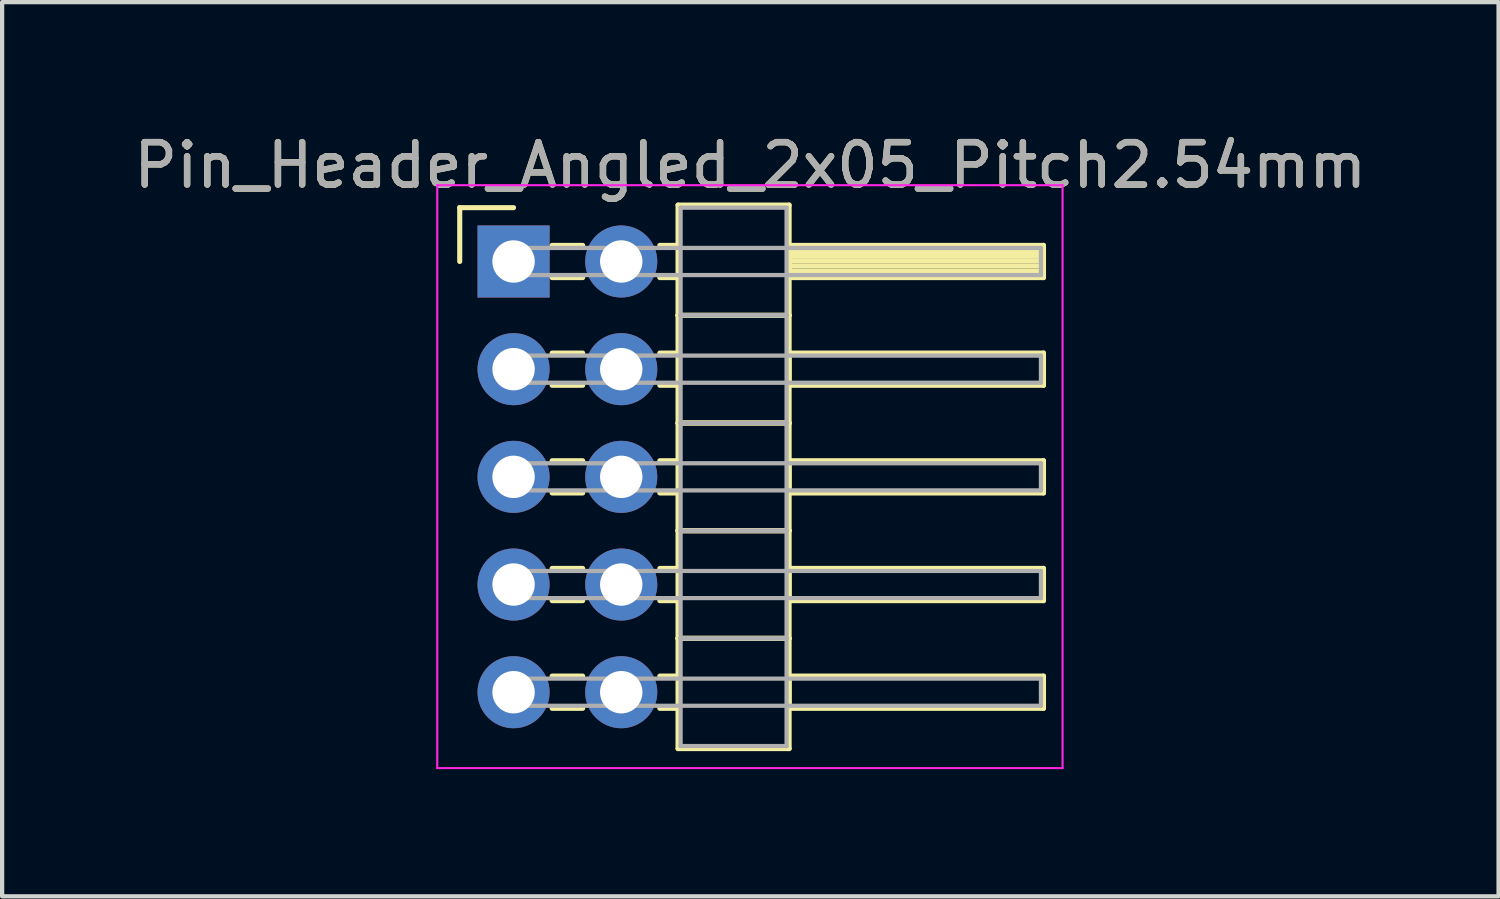
<source format=kicad_pcb>
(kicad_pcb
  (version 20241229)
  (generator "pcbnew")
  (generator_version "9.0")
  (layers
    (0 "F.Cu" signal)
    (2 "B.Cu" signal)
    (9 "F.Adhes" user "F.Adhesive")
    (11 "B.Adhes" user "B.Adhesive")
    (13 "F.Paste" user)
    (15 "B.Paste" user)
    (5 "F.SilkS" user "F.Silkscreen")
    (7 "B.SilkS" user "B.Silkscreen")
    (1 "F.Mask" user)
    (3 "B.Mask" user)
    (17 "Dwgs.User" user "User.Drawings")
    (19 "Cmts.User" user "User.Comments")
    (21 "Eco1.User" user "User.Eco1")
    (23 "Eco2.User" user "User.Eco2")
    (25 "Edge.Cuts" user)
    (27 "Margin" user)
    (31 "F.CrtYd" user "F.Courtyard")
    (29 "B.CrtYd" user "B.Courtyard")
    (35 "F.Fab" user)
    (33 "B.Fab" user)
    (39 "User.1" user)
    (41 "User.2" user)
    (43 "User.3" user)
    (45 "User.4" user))
  (footprint "Pin_Header_Angled_2x05_Pitch2.54mm"
    (layer "F.Cu")
    (at 9.064 3.118)
    (property "Reference" "Pin_Header_Angled_2x05_Pitch2.54mm" (at 5.585 -2.27 0) (layer "F.SilkS") (effects (font (size 1 1) (thickness 0.15))))
    (attr through_hole)
    (fp_line (start -1.27 -1.27) (end 0 -1.27) (stroke (width 0.12) (type solid)) (layer "F.SilkS"))
    (fp_line (start -1.27 0) (end -1.27 -1.27) (stroke (width 0.12) (type solid)) (layer "F.SilkS"))
    (fp_line (start 0.91 -0.38) (end 1.63 -0.38) (stroke (width 0.12) (type solid)) (layer "F.SilkS"))
    (fp_line (start 0.91 0.38) (end 1.63 0.38) (stroke (width 0.12) (type solid)) (layer "F.SilkS"))
    (fp_line (start 0.91 2.16) (end 1.63 2.16) (stroke (width 0.12) (type solid)) (layer "F.SilkS"))
    (fp_line (start 0.91 2.92) (end 1.63 2.92) (stroke (width 0.12) (type solid)) (layer "F.SilkS"))
    (fp_line (start 0.91 4.7) (end 1.63 4.7) (stroke (width 0.12) (type solid)) (layer "F.SilkS"))
    (fp_line (start 0.91 5.46) (end 1.63 5.46) (stroke (width 0.12) (type solid)) (layer "F.SilkS"))
    (fp_line (start 0.91 7.24) (end 1.63 7.24) (stroke (width 0.12) (type solid)) (layer "F.SilkS"))
    (fp_line (start 0.91 8) (end 1.63 8) (stroke (width 0.12) (type solid)) (layer "F.SilkS"))
    (fp_line (start 0.91 9.78) (end 1.63 9.78) (stroke (width 0.12) (type solid)) (layer "F.SilkS"))
    (fp_line (start 0.91 10.54) (end 1.63 10.54) (stroke (width 0.12) (type solid)) (layer "F.SilkS"))
    (fp_line (start 3.45 -0.38) (end 3.88 -0.38) (stroke (width 0.12) (type solid)) (layer "F.SilkS"))
    (fp_line (start 3.45 0.38) (end 3.88 0.38) (stroke (width 0.12) (type solid)) (layer "F.SilkS"))
    (fp_line (start 3.45 2.16) (end 3.88 2.16) (stroke (width 0.12) (type solid)) (layer "F.SilkS"))
    (fp_line (start 3.45 2.92) (end 3.88 2.92) (stroke (width 0.12) (type solid)) (layer "F.SilkS"))
    (fp_line (start 3.45 4.7) (end 3.88 4.7) (stroke (width 0.12) (type solid)) (layer "F.SilkS"))
    (fp_line (start 3.45 5.46) (end 3.88 5.46) (stroke (width 0.12) (type solid)) (layer "F.SilkS"))
    (fp_line (start 3.45 7.24) (end 3.88 7.24) (stroke (width 0.12) (type solid)) (layer "F.SilkS"))
    (fp_line (start 3.45 8) (end 3.88 8) (stroke (width 0.12) (type solid)) (layer "F.SilkS"))
    (fp_line (start 3.45 9.78) (end 3.88 9.78) (stroke (width 0.12) (type solid)) (layer "F.SilkS"))
    (fp_line (start 3.45 10.54) (end 3.88 10.54) (stroke (width 0.12) (type solid)) (layer "F.SilkS"))
    (fp_line (start 3.88 -1.33) (end 3.88 1.27) (stroke (width 0.12) (type solid)) (layer "F.SilkS"))
    (fp_line (start 3.88 1.27) (end 3.88 3.81) (stroke (width 0.12) (type solid)) (layer "F.SilkS"))
    (fp_line (start 3.88 1.27) (end 6.5 1.27) (stroke (width 0.12) (type solid)) (layer "F.SilkS"))
    (fp_line (start 3.88 3.81) (end 3.88 6.35) (stroke (width 0.12) (type solid)) (layer "F.SilkS"))
    (fp_line (start 3.88 3.81) (end 6.5 3.81) (stroke (width 0.12) (type solid)) (layer "F.SilkS"))
    (fp_line (start 3.88 6.35) (end 3.88 8.89) (stroke (width 0.12) (type solid)) (layer "F.SilkS"))
    (fp_line (start 3.88 6.35) (end 6.5 6.35) (stroke (width 0.12) (type solid)) (layer "F.SilkS"))
    (fp_line (start 3.88 8.89) (end 3.88 11.49) (stroke (width 0.12) (type solid)) (layer "F.SilkS"))
    (fp_line (start 3.88 8.89) (end 6.5 8.89) (stroke (width 0.12) (type solid)) (layer "F.SilkS"))
    (fp_line (start 3.88 11.49) (end 6.5 11.49) (stroke (width 0.12) (type solid)) (layer "F.SilkS"))
    (fp_line (start 6.5 -1.33) (end 3.88 -1.33) (stroke (width 0.12) (type solid)) (layer "F.SilkS"))
    (fp_line (start 6.5 -0.38) (end 6.5 0.38) (stroke (width 0.12) (type solid)) (layer "F.SilkS"))
    (fp_line (start 6.5 -0.26) (end 12.5 -0.26) (stroke (width 0.12) (type solid)) (layer "F.SilkS"))
    (fp_line (start 6.5 -0.14) (end 12.5 -0.14) (stroke (width 0.12) (type solid)) (layer "F.SilkS"))
    (fp_line (start 6.5 -0.02) (end 12.5 -0.02) (stroke (width 0.12) (type solid)) (layer "F.SilkS"))
    (fp_line (start 6.5 0.1) (end 12.5 0.1) (stroke (width 0.12) (type solid)) (layer "F.SilkS"))
    (fp_line (start 6.5 0.22) (end 12.5 0.22) (stroke (width 0.12) (type solid)) (layer "F.SilkS"))
    (fp_line (start 6.5 0.34) (end 12.5 0.34) (stroke (width 0.12) (type solid)) (layer "F.SilkS"))
    (fp_line (start 6.5 0.38) (end 12.5 0.38) (stroke (width 0.12) (type solid)) (layer "F.SilkS"))
    (fp_line (start 6.5 1.27) (end 3.88 1.27) (stroke (width 0.12) (type solid)) (layer "F.SilkS"))
    (fp_line (start 6.5 1.27) (end 6.5 -1.33) (stroke (width 0.12) (type solid)) (layer "F.SilkS"))
    (fp_line (start 6.5 2.16) (end 6.5 2.92) (stroke (width 0.12) (type solid)) (layer "F.SilkS"))
    (fp_line (start 6.5 2.92) (end 12.5 2.92) (stroke (width 0.12) (type solid)) (layer "F.SilkS"))
    (fp_line (start 6.5 3.81) (end 3.88 3.81) (stroke (width 0.12) (type solid)) (layer "F.SilkS"))
    (fp_line (start 6.5 3.81) (end 6.5 1.27) (stroke (width 0.12) (type solid)) (layer "F.SilkS"))
    (fp_line (start 6.5 4.7) (end 6.5 5.46) (stroke (width 0.12) (type solid)) (layer "F.SilkS"))
    (fp_line (start 6.5 5.46) (end 12.5 5.46) (stroke (width 0.12) (type solid)) (layer "F.SilkS"))
    (fp_line (start 6.5 6.35) (end 3.88 6.35) (stroke (width 0.12) (type solid)) (layer "F.SilkS"))
    (fp_line (start 6.5 6.35) (end 6.5 3.81) (stroke (width 0.12) (type solid)) (layer "F.SilkS"))
    (fp_line (start 6.5 7.24) (end 6.5 8) (stroke (width 0.12) (type solid)) (layer "F.SilkS"))
    (fp_line (start 6.5 8) (end 12.5 8) (stroke (width 0.12) (type solid)) (layer "F.SilkS"))
    (fp_line (start 6.5 8.89) (end 3.88 8.89) (stroke (width 0.12) (type solid)) (layer "F.SilkS"))
    (fp_line (start 6.5 8.89) (end 6.5 6.35) (stroke (width 0.12) (type solid)) (layer "F.SilkS"))
    (fp_line (start 6.5 9.78) (end 6.5 10.54) (stroke (width 0.12) (type solid)) (layer "F.SilkS"))
    (fp_line (start 6.5 10.54) (end 12.5 10.54) (stroke (width 0.12) (type solid)) (layer "F.SilkS"))
    (fp_line (start 6.5 11.49) (end 6.5 8.89) (stroke (width 0.12) (type solid)) (layer "F.SilkS"))
    (fp_line (start 12.5 -0.38) (end 6.5 -0.38) (stroke (width 0.12) (type solid)) (layer "F.SilkS"))
    (fp_line (start 12.5 0.38) (end 12.5 -0.38) (stroke (width 0.12) (type solid)) (layer "F.SilkS"))
    (fp_line (start 12.5 2.16) (end 6.5 2.16) (stroke (width 0.12) (type solid)) (layer "F.SilkS"))
    (fp_line (start 12.5 2.92) (end 12.5 2.16) (stroke (width 0.12) (type solid)) (layer "F.SilkS"))
    (fp_line (start 12.5 4.7) (end 6.5 4.7) (stroke (width 0.12) (type solid)) (layer "F.SilkS"))
    (fp_line (start 12.5 5.46) (end 12.5 4.7) (stroke (width 0.12) (type solid)) (layer "F.SilkS"))
    (fp_line (start 12.5 7.24) (end 6.5 7.24) (stroke (width 0.12) (type solid)) (layer "F.SilkS"))
    (fp_line (start 12.5 8) (end 12.5 7.24) (stroke (width 0.12) (type solid)) (layer "F.SilkS"))
    (fp_line (start 12.5 9.78) (end 6.5 9.78) (stroke (width 0.12) (type solid)) (layer "F.SilkS"))
    (fp_line (start 12.5 10.54) (end 12.5 9.78) (stroke (width 0.12) (type solid)) (layer "F.SilkS"))
    (fp_line (start -1.8 -1.8) (end -1.8 11.95) (stroke (width 0.05) (type solid)) (layer "F.CrtYd"))
    (fp_line (start -1.8 11.95) (end 12.95 11.95) (stroke (width 0.05) (type solid)) (layer "F.CrtYd"))
    (fp_line (start 12.95 -1.8) (end -1.8 -1.8) (stroke (width 0.05) (type solid)) (layer "F.CrtYd"))
    (fp_line (start 12.95 11.95) (end 12.95 -1.8) (stroke (width 0.05) (type solid)) (layer "F.CrtYd"))
    (fp_line (start 0 -0.32) (end 0 0.32) (stroke (width 0.1) (type solid)) (layer "F.Fab"))
    (fp_line (start 0 0.32) (end 12.44 0.32) (stroke (width 0.1) (type solid)) (layer "F.Fab"))
    (fp_line (start 0 2.22) (end 0 2.86) (stroke (width 0.1) (type solid)) (layer "F.Fab"))
    (fp_line (start 0 2.86) (end 12.44 2.86) (stroke (width 0.1) (type solid)) (layer "F.Fab"))
    (fp_line (start 0 4.76) (end 0 5.4) (stroke (width 0.1) (type solid)) (layer "F.Fab"))
    (fp_line (start 0 5.4) (end 12.44 5.4) (stroke (width 0.1) (type solid)) (layer "F.Fab"))
    (fp_line (start 0 7.3) (end 0 7.94) (stroke (width 0.1) (type solid)) (layer "F.Fab"))
    (fp_line (start 0 7.94) (end 12.44 7.94) (stroke (width 0.1) (type solid)) (layer "F.Fab"))
    (fp_line (start 0 9.84) (end 0 10.48) (stroke (width 0.1) (type solid)) (layer "F.Fab"))
    (fp_line (start 0 10.48) (end 12.44 10.48) (stroke (width 0.1) (type solid)) (layer "F.Fab"))
    (fp_line (start 3.94 -1.27) (end 3.94 1.27) (stroke (width 0.1) (type solid)) (layer "F.Fab"))
    (fp_line (start 3.94 1.27) (end 3.94 3.81) (stroke (width 0.1) (type solid)) (layer "F.Fab"))
    (fp_line (start 3.94 1.27) (end 6.44 1.27) (stroke (width 0.1) (type solid)) (layer "F.Fab"))
    (fp_line (start 3.94 3.81) (end 3.94 6.35) (stroke (width 0.1) (type solid)) (layer "F.Fab"))
    (fp_line (start 3.94 3.81) (end 6.44 3.81) (stroke (width 0.1) (type solid)) (layer "F.Fab"))
    (fp_line (start 3.94 6.35) (end 3.94 8.89) (stroke (width 0.1) (type solid)) (layer "F.Fab"))
    (fp_line (start 3.94 6.35) (end 6.44 6.35) (stroke (width 0.1) (type solid)) (layer "F.Fab"))
    (fp_line (start 3.94 8.89) (end 3.94 11.43) (stroke (width 0.1) (type solid)) (layer "F.Fab"))
    (fp_line (start 3.94 8.89) (end 6.44 8.89) (stroke (width 0.1) (type solid)) (layer "F.Fab"))
    (fp_line (start 3.94 11.43) (end 6.44 11.43) (stroke (width 0.1) (type solid)) (layer "F.Fab"))
    (fp_line (start 6.44 -1.27) (end 3.94 -1.27) (stroke (width 0.1) (type solid)) (layer "F.Fab"))
    (fp_line (start 6.44 1.27) (end 3.94 1.27) (stroke (width 0.1) (type solid)) (layer "F.Fab"))
    (fp_line (start 6.44 1.27) (end 6.44 -1.27) (stroke (width 0.1) (type solid)) (layer "F.Fab"))
    (fp_line (start 6.44 3.81) (end 3.94 3.81) (stroke (width 0.1) (type solid)) (layer "F.Fab"))
    (fp_line (start 6.44 3.81) (end 6.44 1.27) (stroke (width 0.1) (type solid)) (layer "F.Fab"))
    (fp_line (start 6.44 6.35) (end 3.94 6.35) (stroke (width 0.1) (type solid)) (layer "F.Fab"))
    (fp_line (start 6.44 6.35) (end 6.44 3.81) (stroke (width 0.1) (type solid)) (layer "F.Fab"))
    (fp_line (start 6.44 8.89) (end 3.94 8.89) (stroke (width 0.1) (type solid)) (layer "F.Fab"))
    (fp_line (start 6.44 8.89) (end 6.44 6.35) (stroke (width 0.1) (type solid)) (layer "F.Fab"))
    (fp_line (start 6.44 11.43) (end 6.44 8.89) (stroke (width 0.1) (type solid)) (layer "F.Fab"))
    (fp_line (start 12.44 -0.32) (end 0 -0.32) (stroke (width 0.1) (type solid)) (layer "F.Fab"))
    (fp_line (start 12.44 0.32) (end 12.44 -0.32) (stroke (width 0.1) (type solid)) (layer "F.Fab"))
    (fp_line (start 12.44 2.22) (end 0 2.22) (stroke (width 0.1) (type solid)) (layer "F.Fab"))
    (fp_line (start 12.44 2.86) (end 12.44 2.22) (stroke (width 0.1) (type solid)) (layer "F.Fab"))
    (fp_line (start 12.44 4.76) (end 0 4.76) (stroke (width 0.1) (type solid)) (layer "F.Fab"))
    (fp_line (start 12.44 5.4) (end 12.44 4.76) (stroke (width 0.1) (type solid)) (layer "F.Fab"))
    (fp_line (start 12.44 7.3) (end 0 7.3) (stroke (width 0.1) (type solid)) (layer "F.Fab"))
    (fp_line (start 12.44 7.94) (end 12.44 7.3) (stroke (width 0.1) (type solid)) (layer "F.Fab"))
    (fp_line (start 12.44 9.84) (end 0 9.84) (stroke (width 0.1) (type solid)) (layer "F.Fab"))
    (fp_line (start 12.44 10.48) (end 12.44 9.84) (stroke (width 0.1) (type solid)) (layer "F.Fab"))
    (fp_text user "${REFERENCE}" (at 5.585 -2.27 0) (layer "F.Fab") (effects (font (size 1 1) (thickness 0.15))))
    (pad "1" thru_hole rect (at 0 0) (size 1.7 1.7) (drill 1) (layers "*.Cu" "*.Mask"))
    (pad "2" thru_hole oval (at 2.54 0) (size 1.7 1.7) (drill 1) (layers "*.Cu" "*.Mask"))
    (pad "3" thru_hole oval (at 0 2.54) (size 1.7 1.7) (drill 1) (layers "*.Cu" "*.Mask"))
    (pad "4" thru_hole oval (at 2.54 2.54) (size 1.7 1.7) (drill 1) (layers "*.Cu" "*.Mask"))
    (pad "5" thru_hole oval (at 0 5.08) (size 1.7 1.7) (drill 1) (layers "*.Cu" "*.Mask"))
    (pad "6" thru_hole oval (at 2.54 5.08) (size 1.7 1.7) (drill 1) (layers "*.Cu" "*.Mask"))
    (pad "7" thru_hole oval (at 0 7.62) (size 1.7 1.7) (drill 1) (layers "*.Cu" "*.Mask"))
    (pad "8" thru_hole oval (at 2.54 7.62) (size 1.7 1.7) (drill 1) (layers "*.Cu" "*.Mask"))
    (pad "9" thru_hole oval (at 0 10.16) (size 1.7 1.7) (drill 1) (layers "*.Cu" "*.Mask"))
    (pad "10" thru_hole oval (at 2.54 10.16) (size 1.7 1.7) (drill 1) (layers "*.Cu" "*.Mask")))
  (gr_rect
    (start -3 -3)
    (end 32.298 18.093)
    (stroke (width 0.1) (type default))
    (fill no)
    (layer "Edge.Cuts")))
</source>
